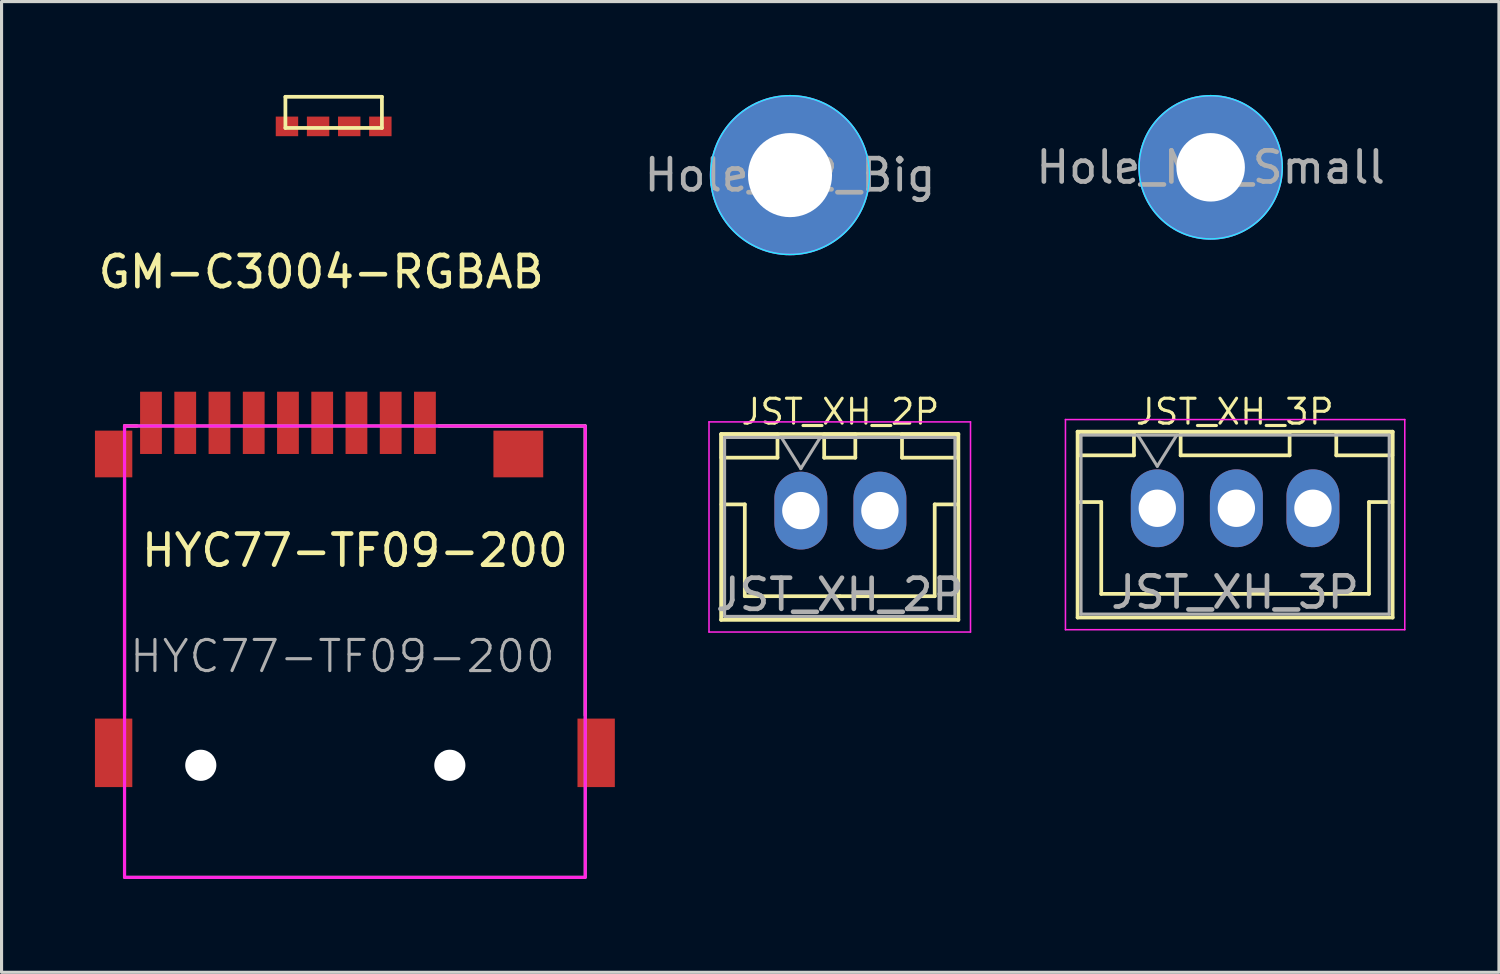
<source format=kicad_pcb>
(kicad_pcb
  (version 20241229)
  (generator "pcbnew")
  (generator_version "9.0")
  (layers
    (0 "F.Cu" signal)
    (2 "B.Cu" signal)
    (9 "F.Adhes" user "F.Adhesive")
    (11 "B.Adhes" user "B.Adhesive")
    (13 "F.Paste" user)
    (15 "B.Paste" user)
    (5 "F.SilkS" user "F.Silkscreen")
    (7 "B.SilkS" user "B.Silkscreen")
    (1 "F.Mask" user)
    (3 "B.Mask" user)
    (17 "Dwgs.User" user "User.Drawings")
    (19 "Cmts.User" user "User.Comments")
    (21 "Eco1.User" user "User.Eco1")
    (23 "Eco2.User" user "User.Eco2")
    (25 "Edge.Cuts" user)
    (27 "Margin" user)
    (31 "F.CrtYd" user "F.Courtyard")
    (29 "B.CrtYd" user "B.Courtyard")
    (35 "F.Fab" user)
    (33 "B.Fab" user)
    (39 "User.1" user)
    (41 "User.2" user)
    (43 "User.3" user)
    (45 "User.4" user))
  (footprint "GM-C3004-RGBAB"
    (layer "F.Cu")
    (at 7.668 0.56)
    (property "Reference" "GM-C3004-RGBAB" (at -0.4 5.125 0) (layer "F.SilkS") (effects (font (size 1 1) (thickness 0.15))))
    (attr through_hole)
    (fp_line (start -1.55 -0.5) (end 1.55 -0.5) (stroke (width 0.12) (type solid)) (layer "F.SilkS"))
    (fp_line (start -1.55 0.5) (end -1.55 -0.5) (stroke (width 0.12) (type solid)) (layer "F.SilkS"))
    (fp_line (start 1.55 -0.5) (end 1.55 0.5) (stroke (width 0.12) (type solid)) (layer "F.SilkS"))
    (fp_line (start 1.55 0.5) (end -1.55 0.5) (stroke (width 0.12) (type solid)) (layer "F.SilkS"))
    (pad "1" smd rect (at 1.5 0.45) (size 0.72 0.63) (layers "F.Cu" "F.Mask" "F.Paste"))
    (pad "2" smd rect (at 0.5 0.45) (size 0.72 0.63) (layers "F.Cu" "F.Mask" "F.Paste"))
    (pad "3" smd rect (at -0.5 0.45) (size 0.72 0.63) (layers "F.Cu" "F.Mask" "F.Paste"))
    (pad "4" smd rect (at -1.5 0.45) (size 0.72 0.63) (layers "F.Cu" "F.Mask" "F.Paste")))
  (footprint "Hole_M2_Big"
    (layer "F.Cu")
    (at 22.327 2.575)
    (property "Reference" "Hole_M2_Big" (at 0 0 0) (layer "F.Fab") (effects (font (size 1 1) (thickness 0.15))))
    (attr exclude_from_pos_files exclude_from_bom)
    (fp_circle (center 0 0) (end 2.55 0) (stroke (width 0.05) (type solid)) (fill no) (layer "B.CrtYd"))
    (fp_circle (center 0 0) (end 2.55 0) (stroke (width 0.05) (type solid)) (fill no) (layer "F.CrtYd"))
    (pad "1" thru_hole circle (at 0 0) (size 3.2 3.2) (drill 2.7) (layers "*.Cu" "*.Mask"))
    (pad "1" smd circle (at 0 0) (size 5.1 5.1) (layers "F.Cu" "F.Mask"))
    (pad "1" smd circle (at 0 0) (size 5.1 5.1) (layers "B.Cu" "B.Mask")))
  (footprint "Hole_M2_Small"
    (layer "F.Cu")
    (at 35.839 2.325)
    (property "Reference" "Hole_M2_Small" (at 0 0 0) (layer "F.Fab") (effects (font (size 1 1) (thickness 0.15))))
    (attr exclude_from_pos_files exclude_from_bom)
    (fp_circle (center 0 0) (end 2.3 0) (stroke (width 0.05) (type solid)) (fill no) (layer "B.CrtYd"))
    (fp_circle (center 0 0) (end 2.3 0) (stroke (width 0.05) (type solid)) (fill no) (layer "F.CrtYd"))
    (pad "1" thru_hole circle (at 0 0) (size 2.8 2.8) (drill 2.2) (layers "*.Cu" "*.Mask"))
    (pad "1" smd circle (at 0 0) (size 4.6 4.6) (layers "F.Cu" "F.Mask"))
    (pad "1" smd circle (at 0 0) (size 4.6 4.6) (layers "B.Cu" "B.Mask")))
  (footprint "JST_XH_3P"
    (layer "F.Cu")
    (at 36.665 13.277)
    (property "Reference" "JST_XH_3P" (at -0.05 -3.1 0) (layer "F.SilkS") (effects (font (size 0.8 0.8) (thickness 0.1))))
    (attr through_hole)
    (fp_line (start -5.1 -2.46) (end -5.1 3.51) (stroke (width 0.12) (type solid)) (layer "F.SilkS"))
    (fp_line (start -5.1 3.51) (end 5.02 3.51) (stroke (width 0.12) (type solid)) (layer "F.SilkS"))
    (fp_line (start -5.09 -2.45) (end -5.09 -1.7) (stroke (width 0.12) (type solid)) (layer "F.SilkS"))
    (fp_line (start -5.09 -1.7) (end -3.29 -1.7) (stroke (width 0.12) (type solid)) (layer "F.SilkS"))
    (fp_line (start -5.09 -0.2) (end -4.34 -0.2) (stroke (width 0.12) (type solid)) (layer "F.SilkS"))
    (fp_line (start -4.34 -0.2) (end -4.34 2.75) (stroke (width 0.12) (type solid)) (layer "F.SilkS"))
    (fp_line (start -4.34 2.75) (end -0.04 2.75) (stroke (width 0.12) (type solid)) (layer "F.SilkS"))
    (fp_line (start -3.29 -2.45) (end -5.09 -2.45) (stroke (width 0.12) (type solid)) (layer "F.SilkS"))
    (fp_line (start -3.29 -1.7) (end -3.29 -2.45) (stroke (width 0.12) (type solid)) (layer "F.SilkS"))
    (fp_line (start -1.79 -2.45) (end -1.79 -1.7) (stroke (width 0.12) (type solid)) (layer "F.SilkS"))
    (fp_line (start -1.79 -1.7) (end 1.71 -1.7) (stroke (width 0.12) (type solid)) (layer "F.SilkS"))
    (fp_line (start 1.71 -2.45) (end -1.79 -2.45) (stroke (width 0.12) (type solid)) (layer "F.SilkS"))
    (fp_line (start 1.71 -1.7) (end 1.71 -2.45) (stroke (width 0.12) (type solid)) (layer "F.SilkS"))
    (fp_line (start 3.21 -2.45) (end 3.21 -1.7) (stroke (width 0.12) (type solid)) (layer "F.SilkS"))
    (fp_line (start 3.21 -1.7) (end 5.01 -1.7) (stroke (width 0.12) (type solid)) (layer "F.SilkS"))
    (fp_line (start 4.26 -0.2) (end 4.26 2.75) (stroke (width 0.12) (type solid)) (layer "F.SilkS"))
    (fp_line (start 4.26 2.75) (end -0.04 2.75) (stroke (width 0.12) (type solid)) (layer "F.SilkS"))
    (fp_line (start 5.01 -2.45) (end 3.21 -2.45) (stroke (width 0.12) (type solid)) (layer "F.SilkS"))
    (fp_line (start 5.01 -1.7) (end 5.01 -2.45) (stroke (width 0.12) (type solid)) (layer "F.SilkS"))
    (fp_line (start 5.01 -0.2) (end 4.26 -0.2) (stroke (width 0.12) (type solid)) (layer "F.SilkS"))
    (fp_line (start 5.02 -2.46) (end -5.1 -2.46) (stroke (width 0.12) (type solid)) (layer "F.SilkS"))
    (fp_line (start 5.02 3.51) (end 5.02 -2.46) (stroke (width 0.12) (type solid)) (layer "F.SilkS"))
    (fp_line (start -5.49 -2.85) (end -5.49 3.9) (stroke (width 0.05) (type solid)) (layer "F.CrtYd"))
    (fp_line (start -5.49 3.9) (end 5.41 3.9) (stroke (width 0.05) (type solid)) (layer "F.CrtYd"))
    (fp_line (start 5.41 -2.85) (end -5.49 -2.85) (stroke (width 0.05) (type solid)) (layer "F.CrtYd"))
    (fp_line (start 5.41 3.9) (end 5.41 -2.85) (stroke (width 0.05) (type solid)) (layer "F.CrtYd"))
    (fp_line (start -4.99 -2.35) (end -4.99 3.4) (stroke (width 0.1) (type solid)) (layer "F.Fab"))
    (fp_line (start -4.99 3.4) (end 4.91 3.4) (stroke (width 0.1) (type solid)) (layer "F.Fab"))
    (fp_line (start -3.165 -2.35) (end -2.54 -1.35) (stroke (width 0.1) (type solid)) (layer "F.Fab"))
    (fp_line (start -2.54 -1.35) (end -1.915 -2.35) (stroke (width 0.1) (type solid)) (layer "F.Fab"))
    (fp_line (start 4.91 -2.35) (end -4.99 -2.35) (stroke (width 0.1) (type solid)) (layer "F.Fab"))
    (fp_line (start 4.91 3.4) (end 4.91 -2.35) (stroke (width 0.1) (type solid)) (layer "F.Fab"))
    (fp_text user "${REFERENCE}" (at -0.04 2.7 0) (layer "F.Fab") (effects (font (size 1 1) (thickness 0.15))))
    (pad "1" thru_hole oval (at -2.54 0) (size 1.7 2.5) (drill 1.2) (layers "*.Cu" "*.Mask"))
    (pad "2" thru_hole oval (at 0 0) (size 1.7 2.5) (drill 1.2) (layers "*.Cu" "*.Mask"))
    (pad "3" thru_hole oval (at 2.46 0) (size 1.7 2.5) (drill 1.2) (layers "*.Cu" "*.Mask")))
  (footprint "JST_XH_2P"
    (layer "F.Cu")
    (at 23.945 13.352)
    (property "Reference" "JST_XH_2P" (at 0 -3.175 0) (layer "F.SilkS") (effects (font (size 0.8 0.8) (thickness 0.1))))
    (attr through_hole)
    (fp_line (start -3.83 -2.46) (end -3.83 3.51) (stroke (width 0.12) (type solid)) (layer "F.SilkS"))
    (fp_line (start -3.83 3.51) (end 3.79 3.51) (stroke (width 0.12) (type solid)) (layer "F.SilkS"))
    (fp_line (start -3.82 -2.45) (end -3.82 -1.7) (stroke (width 0.12) (type solid)) (layer "F.SilkS"))
    (fp_line (start -3.82 -1.7) (end -2.02 -1.7) (stroke (width 0.12) (type solid)) (layer "F.SilkS"))
    (fp_line (start -3.82 -0.2) (end -3.07 -0.2) (stroke (width 0.12) (type solid)) (layer "F.SilkS"))
    (fp_line (start -3.07 -0.2) (end -3.07 2.75) (stroke (width 0.12) (type solid)) (layer "F.SilkS"))
    (fp_line (start -3.07 2.75) (end -0.02 2.75) (stroke (width 0.12) (type solid)) (layer "F.SilkS"))
    (fp_line (start -2.02 -2.45) (end -3.82 -2.45) (stroke (width 0.12) (type solid)) (layer "F.SilkS"))
    (fp_line (start -2.02 -1.7) (end -2.02 -2.45) (stroke (width 0.12) (type solid)) (layer "F.SilkS"))
    (fp_line (start -0.52 -2.45) (end -0.52 -1.7) (stroke (width 0.12) (type solid)) (layer "F.SilkS"))
    (fp_line (start -0.52 -1.7) (end 0.48 -1.7) (stroke (width 0.12) (type solid)) (layer "F.SilkS"))
    (fp_line (start 0.48 -2.45) (end -0.52 -2.45) (stroke (width 0.12) (type solid)) (layer "F.SilkS"))
    (fp_line (start 0.48 -1.7) (end 0.48 -2.45) (stroke (width 0.12) (type solid)) (layer "F.SilkS"))
    (fp_line (start 1.98 -2.45) (end 1.98 -1.7) (stroke (width 0.12) (type solid)) (layer "F.SilkS"))
    (fp_line (start 1.98 -1.7) (end 3.78 -1.7) (stroke (width 0.12) (type solid)) (layer "F.SilkS"))
    (fp_line (start 3.03 -0.2) (end 3.03 2.75) (stroke (width 0.12) (type solid)) (layer "F.SilkS"))
    (fp_line (start 3.03 2.75) (end -0.02 2.75) (stroke (width 0.12) (type solid)) (layer "F.SilkS"))
    (fp_line (start 3.78 -2.45) (end 1.98 -2.45) (stroke (width 0.12) (type solid)) (layer "F.SilkS"))
    (fp_line (start 3.78 -1.7) (end 3.78 -2.45) (stroke (width 0.12) (type solid)) (layer "F.SilkS"))
    (fp_line (start 3.78 -0.2) (end 3.03 -0.2) (stroke (width 0.12) (type solid)) (layer "F.SilkS"))
    (fp_line (start 3.79 -2.46) (end -3.83 -2.46) (stroke (width 0.12) (type solid)) (layer "F.SilkS"))
    (fp_line (start 3.79 3.51) (end 3.79 -2.46) (stroke (width 0.12) (type solid)) (layer "F.SilkS"))
    (fp_line (start -4.22 -2.85) (end -4.22 3.9) (stroke (width 0.05) (type solid)) (layer "F.CrtYd"))
    (fp_line (start -4.22 3.9) (end 4.18 3.9) (stroke (width 0.05) (type solid)) (layer "F.CrtYd"))
    (fp_line (start 4.18 -2.85) (end -4.22 -2.85) (stroke (width 0.05) (type solid)) (layer "F.CrtYd"))
    (fp_line (start 4.18 3.9) (end 4.18 -2.85) (stroke (width 0.05) (type solid)) (layer "F.CrtYd"))
    (fp_line (start -3.72 -2.35) (end -3.72 3.4) (stroke (width 0.1) (type solid)) (layer "F.Fab"))
    (fp_line (start -3.72 3.4) (end 3.68 3.4) (stroke (width 0.1) (type solid)) (layer "F.Fab"))
    (fp_line (start -1.895 -2.35) (end -1.27 -1.35) (stroke (width 0.1) (type solid)) (layer "F.Fab"))
    (fp_line (start -1.27 -1.35) (end -0.645 -2.35) (stroke (width 0.1) (type solid)) (layer "F.Fab"))
    (fp_line (start 3.68 -2.35) (end -3.72 -2.35) (stroke (width 0.1) (type solid)) (layer "F.Fab"))
    (fp_line (start 3.68 3.4) (end 3.68 -2.35) (stroke (width 0.1) (type solid)) (layer "F.Fab"))
    (fp_text user "${REFERENCE}" (at -0.02 2.7 0) (layer "F.Fab") (effects (font (size 1 1) (thickness 0.15))))
    (pad "1" thru_hole oval (at -1.27 0) (size 1.7 2.5) (drill 1.2) (layers "*.Cu" "*.Mask"))
    (pad "2" thru_hole oval (at 1.27 0) (size 1.7 2.5) (drill 1.2) (layers "*.Cu" "*.Mask")))
  (footprint "HYC77-TF09-200"
    (layer "F.Cu")
    (at 8.35 21.533)
    (property "Reference" "HYC77-TF09-200" (at 0 -6.9 0) (layer "F.SilkS") (effects (font (size 1 1) (thickness 0.15))))
    (attr smd)
    (fp_line (start -7.4 -10.9) (end -7.4 -10.8) (stroke (width 0.1) (type solid)) (layer "F.SilkS"))
    (fp_line (start -7.4 -9.2) (end -7.4 -1.6) (stroke (width 0.1) (type solid)) (layer "F.SilkS"))
    (fp_line (start -7 -10.9) (end -7.4 -10.9) (stroke (width 0.1) (type solid)) (layer "F.SilkS"))
    (fp_line (start 2.7 -10.9) (end 7.4 -10.9) (stroke (width 0.1) (type solid)) (layer "F.SilkS"))
    (fp_line (start 7.4 -10.9) (end 7.4 -1.6) (stroke (width 0.1) (type solid)) (layer "F.SilkS"))
    (fp_line (start -7.4 3.6) (end -7.4 -10.9) (stroke (width 0.1) (type solid)) (layer "F.CrtYd"))
    (fp_line (start 7.35 -10.9) (end -7.4 -10.9) (stroke (width 0.1) (type solid)) (layer "F.CrtYd"))
    (fp_line (start 7.375 3.6) (end -7.375 3.6) (stroke (width 0.1) (type solid)) (layer "F.CrtYd"))
    (fp_line (start 7.4 3.6) (end 7.4 -10.9) (stroke (width 0.1) (type solid)) (layer "F.CrtYd"))
    (fp_line (start -7.4 3.6) (end -7.4 -10.9) (stroke (width 0.1) (type solid)) (layer "F.Fab"))
    (fp_line (start 7.35 -10.9) (end -7.4 -10.9) (stroke (width 0.1) (type solid)) (layer "F.Fab"))
    (fp_line (start 7.375 3.6) (end -7.375 3.6) (stroke (width 0.1) (type solid)) (layer "F.Fab"))
    (fp_line (start 7.4 3.6) (end 7.4 -10.9) (stroke (width 0.1) (type solid)) (layer "F.Fab"))
    (fp_text user "${REFERENCE}" (at -0.4 -3.5 0) (layer "F.Fab") (effects (font (size 1 1) (thickness 0.1))))
    (pad "" np_thru_hole circle (at -4.95 0) (size 1 1) (drill 1) (layers "*.Cu" "*.Mask"))
    (pad "" np_thru_hole circle (at 3.05 0) (size 1 1) (drill 1) (layers "*.Cu" "*.Mask"))
    (pad "1" smd rect (at 2.25 -11) (size 0.7 2) (layers "F.Cu" "F.Mask" "F.Paste"))
    (pad "2" smd rect (at 1.15 -11) (size 0.7 2) (layers "F.Cu" "F.Mask" "F.Paste"))
    (pad "3" smd rect (at 0.05 -11) (size 0.7 2) (layers "F.Cu" "F.Mask" "F.Paste"))
    (pad "4" smd rect (at -1.05 -11) (size 0.7 2) (layers "F.Cu" "F.Mask" "F.Paste"))
    (pad "5" smd rect (at -2.15 -11) (size 0.7 2) (layers "F.Cu" "F.Mask" "F.Paste"))
    (pad "6" smd rect (at -3.25 -11) (size 0.7 2) (layers "F.Cu" "F.Mask" "F.Paste"))
    (pad "7" smd rect (at -4.35 -11) (size 0.7 2) (layers "F.Cu" "F.Mask" "F.Paste"))
    (pad "8" smd rect (at -5.45 -11) (size 0.7 2) (layers "F.Cu" "F.Mask" "F.Paste"))
    (pad "9" smd rect (at -6.55 -11) (size 0.7 2) (layers "F.Cu" "F.Mask" "F.Paste"))
    (pad "11" smd rect (at -7.75 -10) (size 1.2 1.5) (layers "F.Cu" "F.Mask" "F.Paste"))
    (pad "11" smd rect (at -7.75 -0.4) (size 1.2 2.2) (layers "F.Cu" "F.Mask" "F.Paste"))
    (pad "11" smd rect (at 5.25 -10) (size 1.6 1.5) (layers "F.Cu" "F.Mask" "F.Paste"))
    (pad "11" smd rect (at 7.75 -0.4) (size 1.2 2.2) (layers "F.Cu" "F.Mask" "F.Paste")))
  (gr_rect
    (start -3 -3)
    (end 45.1 28.183)
    (stroke (width 0.1) (type default))
    (fill no)
    (layer "Edge.Cuts")))
</source>
